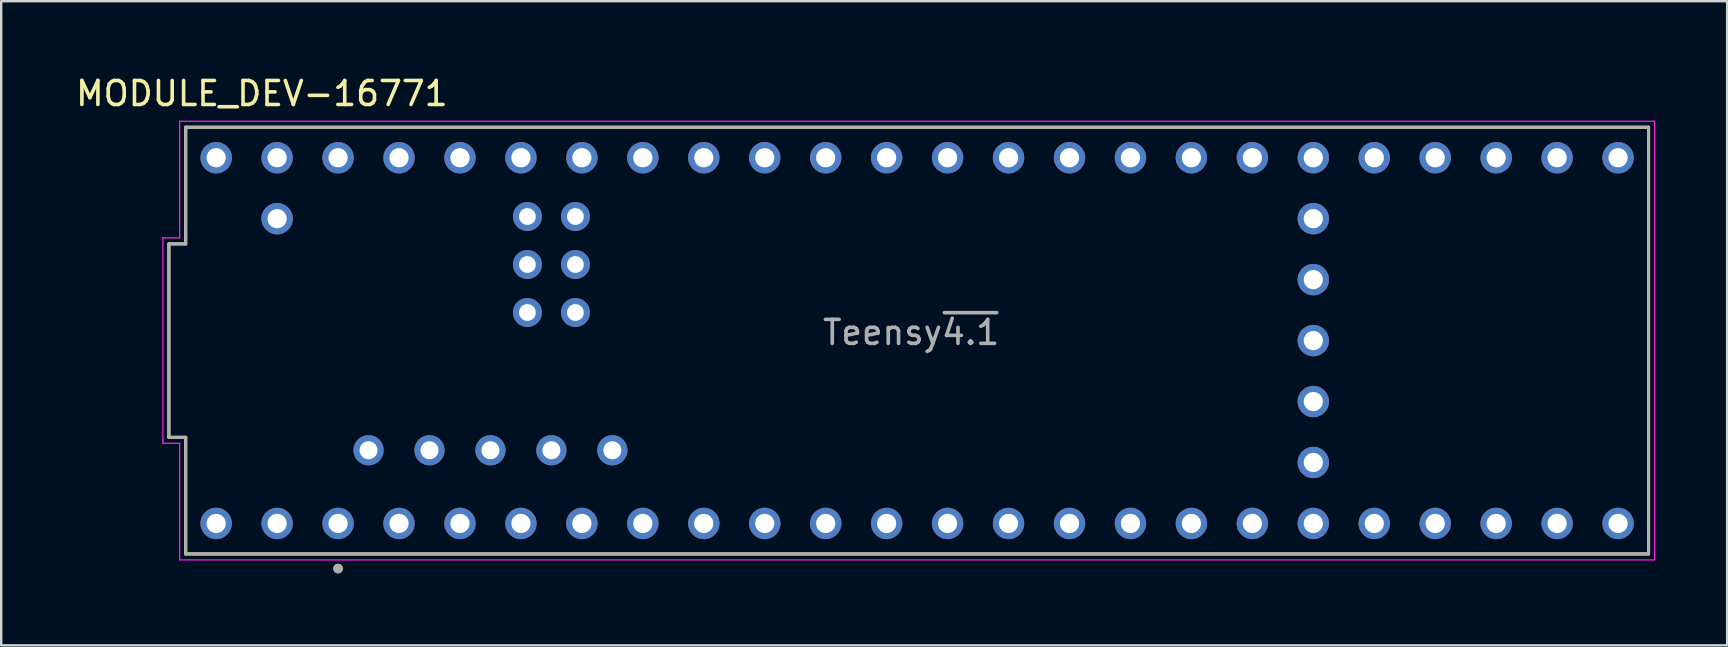
<source format=kicad_pcb>
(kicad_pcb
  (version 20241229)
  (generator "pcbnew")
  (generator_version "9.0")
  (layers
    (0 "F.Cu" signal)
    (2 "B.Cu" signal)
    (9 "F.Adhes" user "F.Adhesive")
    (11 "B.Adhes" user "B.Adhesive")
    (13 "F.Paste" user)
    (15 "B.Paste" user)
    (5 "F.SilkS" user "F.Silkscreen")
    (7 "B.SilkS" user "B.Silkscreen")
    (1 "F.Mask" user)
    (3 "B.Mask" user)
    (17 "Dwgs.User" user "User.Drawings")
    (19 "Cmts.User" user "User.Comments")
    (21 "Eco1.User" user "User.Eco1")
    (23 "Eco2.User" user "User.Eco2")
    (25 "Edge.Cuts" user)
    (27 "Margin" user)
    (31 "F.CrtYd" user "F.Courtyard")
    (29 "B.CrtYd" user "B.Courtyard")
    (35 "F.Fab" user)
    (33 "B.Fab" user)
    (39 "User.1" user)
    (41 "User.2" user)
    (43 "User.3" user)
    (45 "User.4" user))
  (footprint "MODULE_DEV-16771"
    (layer "F.Cu")
    (at 35.168 11.143)
    (property "Reference" "MODULE_DEV-16771" (at -27.305 -10.295 0) (layer "F.SilkS") (effects (font (size 1 1) (thickness 0.15))))
    (attr through_hole)
    (fp_line (start -31.18 4.03) (end -31.18 -4.03) (stroke (width 0.127) (type solid)) (layer "F.SilkS"))
    (fp_line (start -30.48 -8.89) (end -30.48 -4.03) (stroke (width 0.127) (type solid)) (layer "F.SilkS"))
    (fp_line (start -30.48 -8.89) (end 30.48 -8.89) (stroke (width 0.127) (type solid)) (layer "F.SilkS"))
    (fp_line (start -30.48 -4.03) (end -31.18 -4.03) (stroke (width 0.127) (type solid)) (layer "F.SilkS"))
    (fp_line (start -30.48 4.03) (end -31.18 4.03) (stroke (width 0.127) (type solid)) (layer "F.SilkS"))
    (fp_line (start -30.48 8.89) (end -30.48 4.03) (stroke (width 0.127) (type solid)) (layer "F.SilkS"))
    (fp_line (start 30.48 -8.89) (end 30.48 8.89) (stroke (width 0.127) (type solid)) (layer "F.SilkS"))
    (fp_line (start 30.48 8.89) (end -30.48 8.89) (stroke (width 0.127) (type solid)) (layer "F.SilkS"))
    (fp_circle (center -24.13 9.5) (end -24.03 9.5) (stroke (width 0.2) (type solid)) (fill no) (layer "F.SilkS"))
    (fp_line (start -31.43 4.28) (end -31.43 -4.28) (stroke (width 0.05) (type solid)) (layer "F.CrtYd"))
    (fp_line (start -30.73 -9.14) (end -30.73 -4.28) (stroke (width 0.05) (type solid)) (layer "F.CrtYd"))
    (fp_line (start -30.73 -9.14) (end 30.73 -9.14) (stroke (width 0.05) (type solid)) (layer "F.CrtYd"))
    (fp_line (start -30.73 -4.28) (end -31.43 -4.28) (stroke (width 0.05) (type solid)) (layer "F.CrtYd"))
    (fp_line (start -30.73 4.28) (end -31.43 4.28) (stroke (width 0.05) (type solid)) (layer "F.CrtYd"))
    (fp_line (start -30.73 9.14) (end -30.73 4.28) (stroke (width 0.05) (type solid)) (layer "F.CrtYd"))
    (fp_line (start 30.73 -9.14) (end 30.73 9.14) (stroke (width 0.05) (type solid)) (layer "F.CrtYd"))
    (fp_line (start 30.73 9.14) (end -30.73 9.14) (stroke (width 0.05) (type solid)) (layer "F.CrtYd"))
    (fp_line (start -31.18 4.03) (end -31.18 -4.03) (stroke (width 0.127) (type solid)) (layer "F.Fab"))
    (fp_line (start -30.48 -8.89) (end -30.48 -4.03) (stroke (width 0.127) (type solid)) (layer "F.Fab"))
    (fp_line (start -30.48 -8.89) (end 30.48 -8.89) (stroke (width 0.127) (type solid)) (layer "F.Fab"))
    (fp_line (start -30.48 -4.03) (end -31.18 -4.03) (stroke (width 0.127) (type solid)) (layer "F.Fab"))
    (fp_line (start -30.48 4.03) (end -31.18 4.03) (stroke (width 0.127) (type solid)) (layer "F.Fab"))
    (fp_line (start -30.48 8.89) (end -30.48 4.03) (stroke (width 0.127) (type solid)) (layer "F.Fab"))
    (fp_line (start 30.48 -8.89) (end 30.48 8.89) (stroke (width 0.127) (type solid)) (layer "F.Fab"))
    (fp_line (start 30.48 8.89) (end -30.48 8.89) (stroke (width 0.127) (type solid)) (layer "F.Fab"))
    (fp_circle (center -24.13 9.5) (end -24.03 9.5) (stroke (width 0.2) (type solid)) (fill no) (layer "F.Fab"))
    (fp_text user "Teensy~{4.1}" (at -0.25 -0.34 0) (layer "F.Fab") (effects (font (size 1 1) (thickness 0.15))))
    (pad "0" thru_hole circle (at -26.67 7.62) (size 1.308 1.308) (drill 0.8) (layers "*.Cu" "*.Mask"))
    (pad "1" thru_hole circle (at -24.13 7.62) (size 1.308 1.308) (drill 0.8) (layers "*.Cu" "*.Mask"))
    (pad "2" thru_hole circle (at -21.59 7.62) (size 1.308 1.308) (drill 0.8) (layers "*.Cu" "*.Mask"))
    (pad "3" thru_hole circle (at -19.05 7.62) (size 1.308 1.308) (drill 0.8) (layers "*.Cu" "*.Mask"))
    (pad "3.3V_1" thru_hole circle (at 6.35 7.62) (size 1.308 1.308) (drill 0.8) (layers "*.Cu" "*.Mask"))
    (pad "3.3V_2" thru_hole circle (at -24.13 -7.62) (size 1.308 1.308) (drill 0.8) (layers "*.Cu" "*.Mask"))
    (pad "3.3V_3" thru_hole circle (at 16.51 2.54) (size 1.308 1.308) (drill 0.8) (layers "*.Cu" "*.Mask"))
    (pad "4" thru_hole circle (at -16.51 7.62) (size 1.308 1.308) (drill 0.8) (layers "*.Cu" "*.Mask"))
    (pad "5" thru_hole circle (at -13.97 7.62) (size 1.308 1.308) (drill 0.8) (layers "*.Cu" "*.Mask"))
    (pad "5V" thru_hole circle (at -22.86 4.57) (size 1.258 1.258) (drill 0.75) (layers "*.Cu" "*.Mask"))
    (pad "6" thru_hole circle (at -11.43 7.62) (size 1.308 1.308) (drill 0.8) (layers "*.Cu" "*.Mask"))
    (pad "7" thru_hole circle (at -8.89 7.62) (size 1.308 1.308) (drill 0.8) (layers "*.Cu" "*.Mask"))
    (pad "8" thru_hole circle (at -6.35 7.62) (size 1.308 1.308) (drill 0.8) (layers "*.Cu" "*.Mask"))
    (pad "9" thru_hole circle (at -3.81 7.62) (size 1.308 1.308) (drill 0.8) (layers "*.Cu" "*.Mask"))
    (pad "10" thru_hole circle (at -1.27 7.62) (size 1.308 1.308) (drill 0.8) (layers "*.Cu" "*.Mask"))
    (pad "11" thru_hole circle (at 1.27 7.62) (size 1.308 1.308) (drill 0.8) (layers "*.Cu" "*.Mask"))
    (pad "12" thru_hole circle (at 3.81 7.62) (size 1.308 1.308) (drill 0.8) (layers "*.Cu" "*.Mask"))
    (pad "13" thru_hole circle (at 3.81 -7.62) (size 1.308 1.308) (drill 0.8) (layers "*.Cu" "*.Mask"))
    (pad "14" thru_hole circle (at 1.27 -7.62) (size 1.308 1.308) (drill 0.8) (layers "*.Cu" "*.Mask"))
    (pad "15" thru_hole circle (at -1.27 -7.62) (size 1.308 1.308) (drill 0.8) (layers "*.Cu" "*.Mask"))
    (pad "16" thru_hole circle (at -3.81 -7.62) (size 1.308 1.308) (drill 0.8) (layers "*.Cu" "*.Mask"))
    (pad "17" thru_hole circle (at -6.35 -7.62) (size 1.308 1.308) (drill 0.8) (layers "*.Cu" "*.Mask"))
    (pad "18" thru_hole circle (at -8.89 -7.62) (size 1.308 1.308) (drill 0.8) (layers "*.Cu" "*.Mask"))
    (pad "19" thru_hole circle (at -11.43 -7.62) (size 1.308 1.308) (drill 0.8) (layers "*.Cu" "*.Mask"))
    (pad "20" thru_hole circle (at -13.97 -7.62) (size 1.308 1.308) (drill 0.8) (layers "*.Cu" "*.Mask"))
    (pad "21" thru_hole circle (at -16.51 -7.62) (size 1.308 1.308) (drill 0.8) (layers "*.Cu" "*.Mask"))
    (pad "22" thru_hole circle (at -19.05 -7.62) (size 1.308 1.308) (drill 0.8) (layers "*.Cu" "*.Mask"))
    (pad "23" thru_hole circle (at -21.59 -7.62) (size 1.308 1.308) (drill 0.8) (layers "*.Cu" "*.Mask"))
    (pad "24" thru_hole circle (at 8.89 7.62) (size 1.308 1.308) (drill 0.8) (layers "*.Cu" "*.Mask"))
    (pad "25" thru_hole circle (at 11.43 7.62) (size 1.308 1.308) (drill 0.8) (layers "*.Cu" "*.Mask"))
    (pad "26" thru_hole circle (at 13.97 7.62) (size 1.308 1.308) (drill 0.8) (layers "*.Cu" "*.Mask"))
    (pad "27" thru_hole circle (at 16.51 7.62) (size 1.308 1.308) (drill 0.8) (layers "*.Cu" "*.Mask"))
    (pad "28" thru_hole circle (at 19.05 7.62) (size 1.308 1.308) (drill 0.8) (layers "*.Cu" "*.Mask"))
    (pad "29" thru_hole circle (at 21.59 7.62) (size 1.308 1.308) (drill 0.8) (layers "*.Cu" "*.Mask"))
    (pad "30" thru_hole circle (at 24.13 7.62) (size 1.308 1.308) (drill 0.8) (layers "*.Cu" "*.Mask"))
    (pad "31" thru_hole circle (at 26.67 7.62) (size 1.308 1.308) (drill 0.8) (layers "*.Cu" "*.Mask"))
    (pad "32" thru_hole circle (at 29.21 7.62) (size 1.308 1.308) (drill 0.8) (layers "*.Cu" "*.Mask"))
    (pad "33" thru_hole circle (at 29.21 -7.62) (size 1.308 1.308) (drill 0.8) (layers "*.Cu" "*.Mask"))
    (pad "34" thru_hole circle (at 26.67 -7.62) (size 1.308 1.308) (drill 0.8) (layers "*.Cu" "*.Mask"))
    (pad "35" thru_hole circle (at 24.13 -7.62) (size 1.308 1.308) (drill 0.8) (layers "*.Cu" "*.Mask"))
    (pad "36" thru_hole circle (at 21.59 -7.62) (size 1.308 1.308) (drill 0.8) (layers "*.Cu" "*.Mask"))
    (pad "37" thru_hole circle (at 19.05 -7.62) (size 1.308 1.308) (drill 0.8) (layers "*.Cu" "*.Mask"))
    (pad "38" thru_hole circle (at 16.51 -7.62) (size 1.308 1.308) (drill 0.8) (layers "*.Cu" "*.Mask"))
    (pad "39" thru_hole circle (at 13.97 -7.62) (size 1.308 1.308) (drill 0.8) (layers "*.Cu" "*.Mask"))
    (pad "40" thru_hole circle (at 11.43 -7.62) (size 1.308 1.308) (drill 0.8) (layers "*.Cu" "*.Mask"))
    (pad "41" thru_hole circle (at 8.89 -7.62) (size 1.308 1.308) (drill 0.8) (layers "*.Cu" "*.Mask"))
    (pad "D+" thru_hole circle (at -17.78 4.57) (size 1.258 1.258) (drill 0.75) (layers "*.Cu" "*.Mask"))
    (pad "D-" thru_hole circle (at -20.32 4.57) (size 1.258 1.258) (drill 0.75) (layers "*.Cu" "*.Mask"))
    (pad "GND1" thru_hole circle (at -29.21 7.62) (size 1.308 1.308) (drill 0.8) (layers "*.Cu" "*.Mask"))
    (pad "GND2" thru_hole circle (at 6.35 -7.62) (size 1.308 1.308) (drill 0.8) (layers "*.Cu" "*.Mask"))
    (pad "GND3" thru_hole circle (at -26.67 -7.62) (size 1.308 1.308) (drill 0.8) (layers "*.Cu" "*.Mask"))
    (pad "GND4" thru_hole circle (at 16.51 0) (size 1.308 1.308) (drill 0.8) (layers "*.Cu" "*.Mask"))
    (pad "GND5" thru_hole circle (at -14.24 -3.17) (size 1.208 1.208) (drill 0.7) (layers "*.Cu" "*.Mask"))
    (pad "LED" thru_hole circle (at -16.24 -3.17) (size 1.208 1.208) (drill 0.7) (layers "*.Cu" "*.Mask"))
    (pad "ON/OFF" thru_hole circle (at 16.51 -5.08) (size 1.308 1.308) (drill 0.8) (layers "*.Cu" "*.Mask"))
    (pad "PROGRAM" thru_hole circle (at 16.51 -2.54) (size 1.308 1.308) (drill 0.8) (layers "*.Cu" "*.Mask"))
    (pad "R+" thru_hole circle (at -16.24 -5.17) (size 1.208 1.208) (drill 0.7) (layers "*.Cu" "*.Mask"))
    (pad "R-" thru_hole circle (at -14.24 -5.17) (size 1.208 1.208) (drill 0.7) (layers "*.Cu" "*.Mask"))
    (pad "T+" thru_hole circle (at -14.24 -1.17) (size 1.208 1.208) (drill 0.7) (layers "*.Cu" "*.Mask"))
    (pad "T-" thru_hole circle (at -16.24 -1.17) (size 1.208 1.208) (drill 0.7) (layers "*.Cu" "*.Mask"))
    (pad "USB_GND1" thru_hole circle (at -15.24 4.57) (size 1.258 1.258) (drill 0.75) (layers "*.Cu" "*.Mask"))
    (pad "USB_GND2" thru_hole circle (at -12.7 4.57) (size 1.258 1.258) (drill 0.75) (layers "*.Cu" "*.Mask"))
    (pad "VBAT" thru_hole circle (at 16.51 5.08) (size 1.308 1.308) (drill 0.8) (layers "*.Cu" "*.Mask"))
    (pad "VIN" thru_hole circle (at -29.21 -7.62) (size 1.308 1.308) (drill 0.8) (layers "*.Cu" "*.Mask"))
    (pad "VUSB" thru_hole circle (at -26.67 -5.08) (size 1.308 1.308) (drill 0.8) (layers "*.Cu" "*.Mask")))
  (gr_rect
    (start -3 -3)
    (end 68.923 23.843)
    (stroke (width 0.1) (type default))
    (fill no)
    (layer "Edge.Cuts")))
</source>
